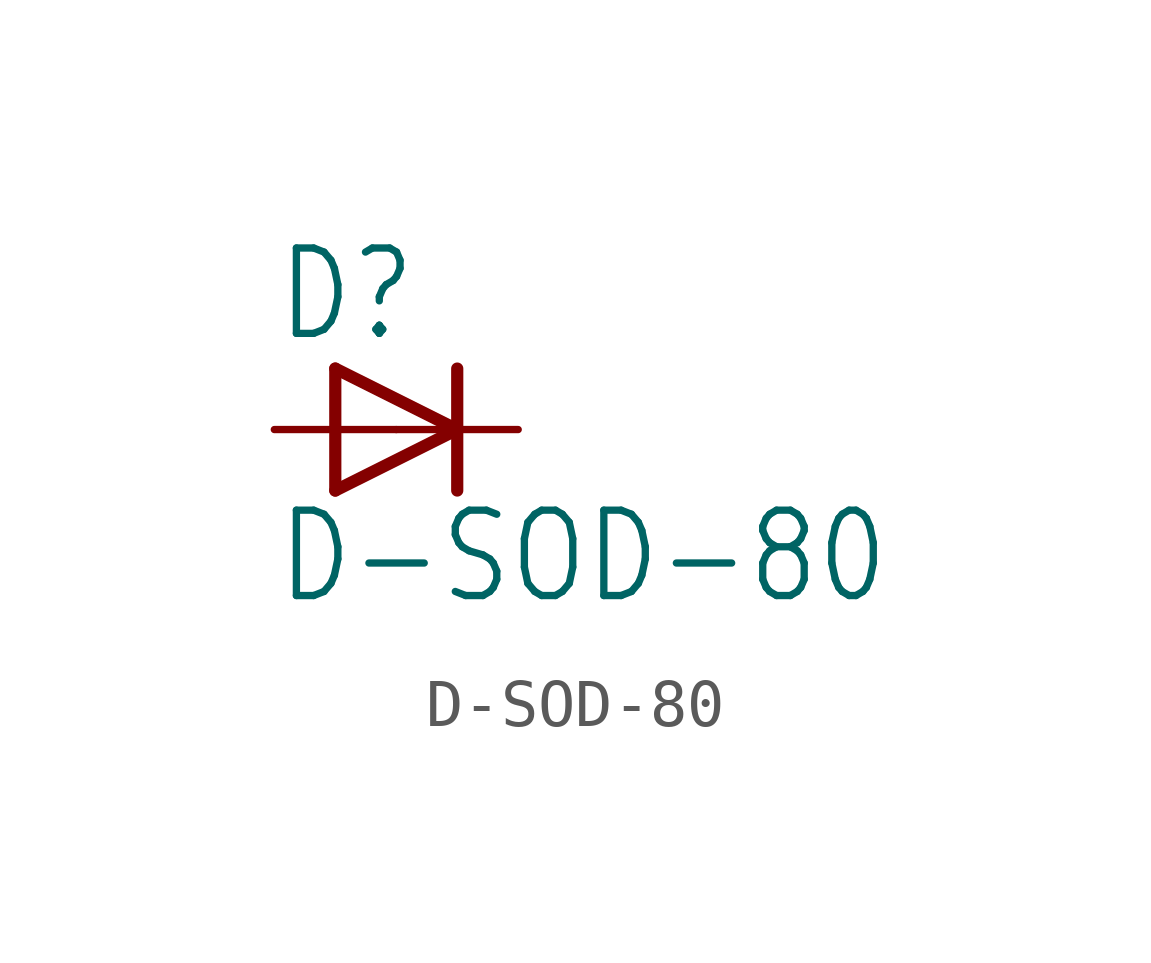
<source format=kicad_sym>
(kicad_symbol_lib
  (version 20211014)
  (generator kicad_symbol_editor)
  (symbol "D-SOD-80"
    (property "Reference" "D"
      (at -2.54 1.778 0)
      (effects (font (size 1.778 1.511)) (justify left bottom)))
    (property "Value" "D-SOD-80"
      (at -2.54 -3.683 0)
      (effects (font (size 1.778 1.511)) (justify left bottom)))
    (property "ki_locked" ""
      (at 0 0 0)
      (effects (font (size 1.27 1.27))))
    (symbol "D-SOD-80_1_0"
      (polyline (pts (xy -1.27 -1.27) (xy 1.27 0)) (stroke (width 0.254) (type default) (color 0 0 0 0)) (fill (type none)))
      (polyline (pts (xy -1.27 1.27) (xy -1.27 -1.27)) (stroke (width 0.254) (type default) (color 0 0 0 0)) (fill (type none)))
      (polyline (pts (xy 1.27 0) (xy -1.27 1.27)) (stroke (width 0.254) (type default) (color 0 0 0 0)) (fill (type none)))
      (polyline (pts (xy 1.27 0) (xy 1.27 -1.27)) (stroke (width 0.254) (type default) (color 0 0 0 0)) (fill (type none)))
      (polyline (pts (xy 1.27 1.27) (xy 1.27 0)) (stroke (width 0.254) (type default) (color 0 0 0 0)) (fill (type none)))
      (pin passive line (at 2.54 0 180) (length 2.54) (name "C" (effects (font (size 0 0)))) (number "1" (effects (font (size 0 0)))))
      (pin passive line (at -2.54 0 0) (length 2.54) (name "A" (effects (font (size 0 0)))) (number "2" (effects (font (size 0 0))))))))
</source>
